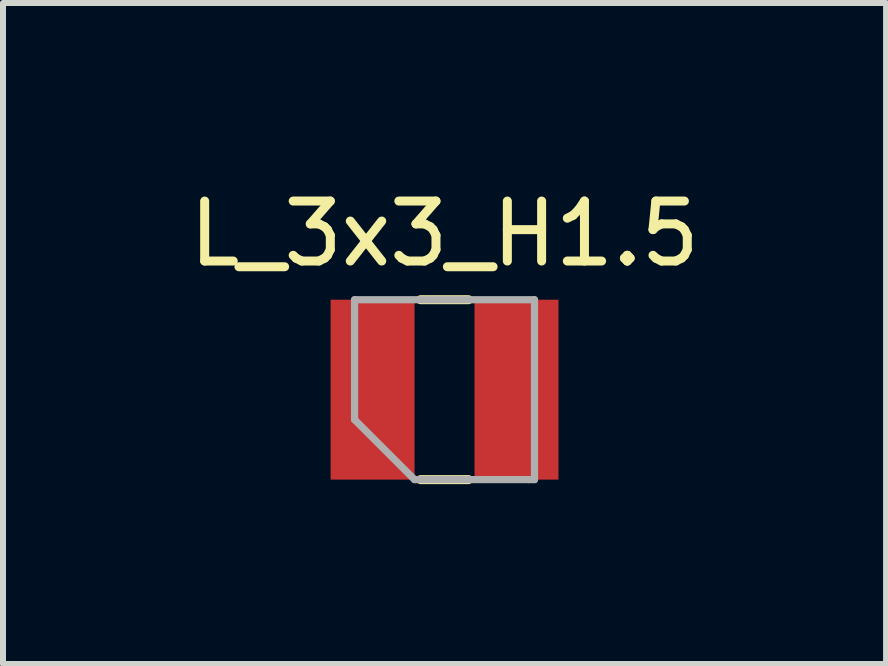
<source format=kicad_pcb>
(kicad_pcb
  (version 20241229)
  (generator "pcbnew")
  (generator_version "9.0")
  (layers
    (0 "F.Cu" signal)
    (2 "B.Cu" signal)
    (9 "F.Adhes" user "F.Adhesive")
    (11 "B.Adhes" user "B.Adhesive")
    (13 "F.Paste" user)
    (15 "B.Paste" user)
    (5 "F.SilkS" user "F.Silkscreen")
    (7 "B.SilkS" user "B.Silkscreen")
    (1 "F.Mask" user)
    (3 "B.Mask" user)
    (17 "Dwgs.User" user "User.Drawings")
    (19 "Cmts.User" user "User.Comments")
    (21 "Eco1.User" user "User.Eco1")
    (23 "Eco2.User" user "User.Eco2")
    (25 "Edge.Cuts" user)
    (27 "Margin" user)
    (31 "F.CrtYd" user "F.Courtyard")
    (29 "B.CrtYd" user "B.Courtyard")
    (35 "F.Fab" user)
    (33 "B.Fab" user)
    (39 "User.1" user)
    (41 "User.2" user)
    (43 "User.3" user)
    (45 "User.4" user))
  (footprint "L_3x3_H1.5"
    (layer "F.Cu")
    (at 4.363 3.448)
    (property "Reference" "L_3x3_H1.5" (at 0 -2.6 0) (layer "F.SilkS") (effects (font (size 1 1) (thickness 0.15))))
    (attr through_hole)
    (fp_line (start -0.4 -1.5) (end 0.4 -1.5) (stroke (width 0.15) (type solid)) (layer "F.SilkS"))
    (fp_line (start -0.4 1.5) (end 0.4 1.5) (stroke (width 0.15) (type solid)) (layer "F.SilkS"))
    (fp_line (start -1.5 -1.5) (end -1.5 0.5) (stroke (width 0.12) (type solid)) (layer "F.Fab"))
    (fp_line (start -1.5 0.5) (end -0.5 1.5) (stroke (width 0.12) (type solid)) (layer "F.Fab"))
    (fp_line (start -0.5 1.5) (end 1.4 1.5) (stroke (width 0.12) (type solid)) (layer "F.Fab"))
    (fp_line (start 1.4 1.5) (end 1.5 1.5) (stroke (width 0.12) (type solid)) (layer "F.Fab"))
    (fp_line (start 1.5 -1.5) (end -1.5 -1.5) (stroke (width 0.12) (type solid)) (layer "F.Fab"))
    (fp_line (start 1.5 1.5) (end 1.5 -1.5) (stroke (width 0.12) (type solid)) (layer "F.Fab"))
    (pad "1" smd rect (at -1.2 0) (size 1.4 3) (layers "F.Cu" "F.Mask" "F.Paste"))
    (pad "2" smd rect (at 1.2 0) (size 1.4 3) (layers "F.Cu" "F.Mask" "F.Paste")))
  (gr_rect
    (start -3 -3)
    (end 11.726 8.023)
    (stroke (width 0.1) (type default))
    (fill no)
    (layer "Edge.Cuts")))
</source>
